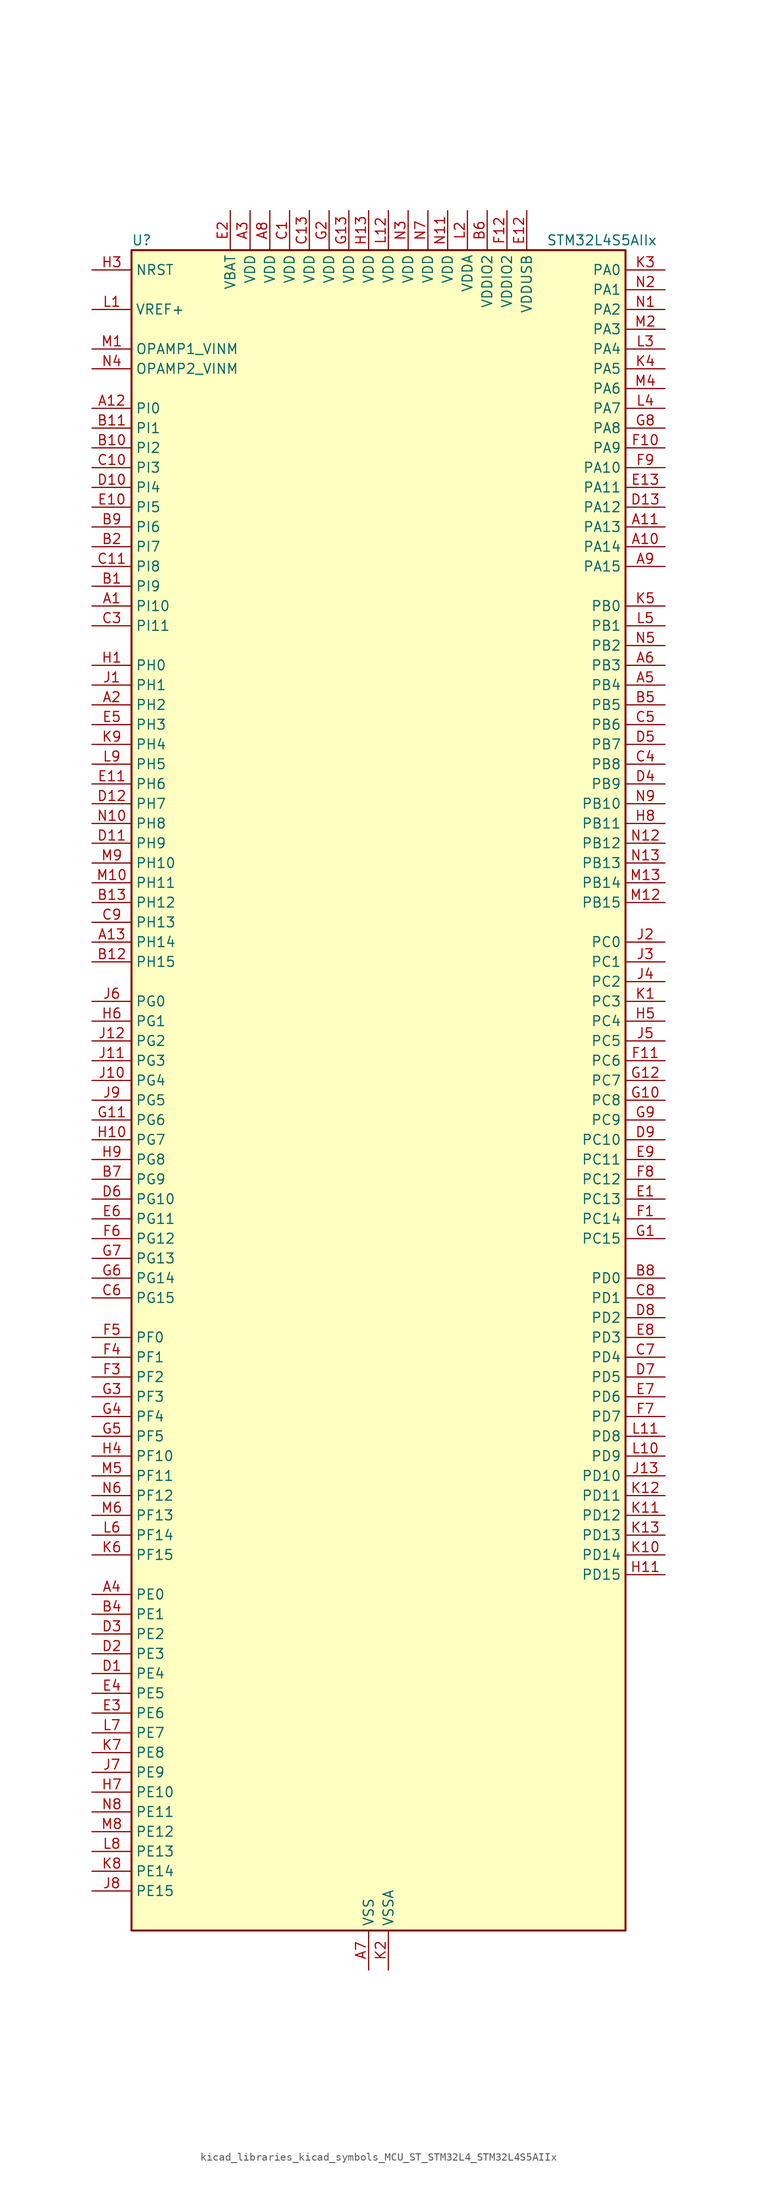
<source format=kicad_sym>
(kicad_symbol_lib
  (version 20220914)
  (generator kicad_symbol_editor)
  (symbol "kicad_libraries_kicad_symbols_MCU_ST_STM32L4_STM32L4S5AIIx"
    (property "Reference" "U"
      (at -30.48 110.49 0)
      (effects (font (size 1.27 1.27)) (justify left)))
    (property "Value" "STM32L4S5AIIx"
      (at 22.86 110.49 0)
      (effects (font (size 1.27 1.27)) (justify left)))
    (property "ki_locked" ""
      (at 0 0 0)
      (effects (font (size 1.27 1.27))))
    (symbol "kicad_libraries_kicad_symbols_MCU_ST_STM32L4_STM32L4S5AIIx_0_1"
      (rectangle (start -30.48 -106.68) (end 33.02 109.22) (stroke (width 0.254) (type default)) (fill (type background))))
    (symbol "kicad_libraries_kicad_symbols_MCU_ST_STM32L4_STM32L4S5AIIx_1_1"
      (pin bidirectional line (at -35.56 63.5 0) (length 5.08) (name "PI10" (effects (font (size 1.27 1.27)))) (number "A1" (effects (font (size 1.27 1.27)))) (alternate "OCTOSPIM_P2_IO1" bidirectional line))
      (pin bidirectional line (at 38.1 71.12 180) (length 5.08) (name "PA14" (effects (font (size 1.27 1.27)))) (number "A10" (effects (font (size 1.27 1.27)))) (alternate "I2C1_SMBA" bidirectional line) (alternate "I2C4_SMBA" bidirectional line) (alternate "LPTIM1_OUT" bidirectional line) (alternate "SAI1_FS_B" bidirectional line) (alternate "SYS_JTCK-SWCLK" bidirectional line) (alternate "USB_OTG_FS_SOF" bidirectional line))
      (pin bidirectional line (at 38.1 73.66 180) (length 5.08) (name "PA13" (effects (font (size 1.27 1.27)))) (number "A11" (effects (font (size 1.27 1.27)))) (alternate "IR_OUT" bidirectional line) (alternate "SAI1_SD_B" bidirectional line) (alternate "SYS_JTMS-SWDIO" bidirectional line) (alternate "USB_OTG_FS_NOE" bidirectional line))
      (pin bidirectional line (at -35.56 88.9 0) (length 5.08) (name "PI0" (effects (font (size 1.27 1.27)))) (number "A12" (effects (font (size 1.27 1.27)))) (alternate "DCMI_D13" bidirectional line) (alternate "OCTOSPIM_P1_IO5" bidirectional line) (alternate "SPI2_NSS" bidirectional line) (alternate "TIM5_CH4" bidirectional line))
      (pin bidirectional line (at -35.56 20.32 0) (length 5.08) (name "PH14" (effects (font (size 1.27 1.27)))) (number "A13" (effects (font (size 1.27 1.27)))) (alternate "DCMI_D4" bidirectional line) (alternate "TIM8_CH2N" bidirectional line))
      (pin bidirectional line (at -35.56 50.8 0) (length 5.08) (name "PH2" (effects (font (size 1.27 1.27)))) (number "A2" (effects (font (size 1.27 1.27)))) (alternate "OCTOSPIM_P1_IO4" bidirectional line))
      (pin power_in line (at -15.24 114.3 270) (length 5.08) (name "VDD" (effects (font (size 1.27 1.27)))) (number "A3" (effects (font (size 1.27 1.27)))))
      (pin bidirectional line (at -35.56 -63.5 0) (length 5.08) (name "PE0" (effects (font (size 1.27 1.27)))) (number "A4" (effects (font (size 1.27 1.27)))) (alternate "DCMI_D2" bidirectional line) (alternate "FMC_NBL0" bidirectional line) (alternate "TIM16_CH1" bidirectional line) (alternate "TIM4_ETR" bidirectional line))
      (pin bidirectional line (at 38.1 53.34 180) (length 5.08) (name "PB4" (effects (font (size 1.27 1.27)))) (number "A5" (effects (font (size 1.27 1.27)))) (alternate "COMP2_INP" bidirectional line) (alternate "DCMI_D12" bidirectional line) (alternate "I2C3_SDA" bidirectional line) (alternate "SAI1_MCLK_B" bidirectional line) (alternate "SPI1_MISO" bidirectional line) (alternate "SPI3_MISO" bidirectional line) (alternate "SYS_JTRST" bidirectional line) (alternate "TIM17_BKIN" bidirectional line) (alternate "TIM3_CH1" bidirectional line) (alternate "TSC_G2_IO1" bidirectional line) (alternate "UART5_DE" bidirectional line) (alternate "UART5_RTS" bidirectional line) (alternate "USART1_CTS" bidirectional line) (alternate "USART1_NSS" bidirectional line))
      (pin bidirectional line (at 38.1 55.88 180) (length 5.08) (name "PB3" (effects (font (size 1.27 1.27)))) (number "A6" (effects (font (size 1.27 1.27)))) (alternate "COMP2_INM" bidirectional line) (alternate "CRS_SYNC" bidirectional line) (alternate "SAI1_SCK_B" bidirectional line) (alternate "SPI1_SCK" bidirectional line) (alternate "SPI3_SCK" bidirectional line) (alternate "SYS_JTDO-SWO" bidirectional line) (alternate "TIM2_CH2" bidirectional line) (alternate "USART1_DE" bidirectional line) (alternate "USART1_RTS" bidirectional line))
      (pin power_in line (at 0 -111.76 90) (length 5.08) (name "VSS" (effects (font (size 1.27 1.27)))) (number "A7" (effects (font (size 1.27 1.27)))))
      (pin power_in line (at -12.7 114.3 270) (length 5.08) (name "VDD" (effects (font (size 1.27 1.27)))) (number "A8" (effects (font (size 1.27 1.27)))))
      (pin bidirectional line (at 38.1 68.58 180) (length 5.08) (name "PA15" (effects (font (size 1.27 1.27)))) (number "A9" (effects (font (size 1.27 1.27)))) (alternate "ADC1_EXTI15" bidirectional line) (alternate "SAI2_FS_B" bidirectional line) (alternate "SPI1_NSS" bidirectional line) (alternate "SPI3_NSS" bidirectional line) (alternate "SYS_JTDI" bidirectional line) (alternate "TIM2_CH1" bidirectional line) (alternate "TIM2_ETR" bidirectional line) (alternate "TSC_G3_IO1" bidirectional line) (alternate "UART4_DE" bidirectional line) (alternate "UART4_RTS" bidirectional line) (alternate "USART2_RX" bidirectional line) (alternate "USART3_DE" bidirectional line) (alternate "USART3_RTS" bidirectional line))
      (pin bidirectional line (at -35.56 66.04 0) (length 5.08) (name "PI9" (effects (font (size 1.27 1.27)))) (number "B1" (effects (font (size 1.27 1.27)))) (alternate "CAN1_RX" bidirectional line) (alternate "DAC1_EXTI9" bidirectional line) (alternate "OCTOSPIM_P2_IO2" bidirectional line))
      (pin bidirectional line (at -35.56 83.82 0) (length 5.08) (name "PI2" (effects (font (size 1.27 1.27)))) (number "B10" (effects (font (size 1.27 1.27)))) (alternate "DCMI_D9" bidirectional line) (alternate "SPI2_MISO" bidirectional line) (alternate "TIM8_CH4" bidirectional line))
      (pin bidirectional line (at -35.56 86.36 0) (length 5.08) (name "PI1" (effects (font (size 1.27 1.27)))) (number "B11" (effects (font (size 1.27 1.27)))) (alternate "DCMI_D8" bidirectional line) (alternate "SPI2_SCK" bidirectional line))
      (pin bidirectional line (at -35.56 17.78 0) (length 5.08) (name "PH15" (effects (font (size 1.27 1.27)))) (number "B12" (effects (font (size 1.27 1.27)))) (alternate "ADC1_EXTI15" bidirectional line) (alternate "DCMI_D11" bidirectional line) (alternate "OCTOSPIM_P2_IO6" bidirectional line) (alternate "TIM8_CH3N" bidirectional line))
      (pin bidirectional line (at -35.56 25.4 0) (length 5.08) (name "PH12" (effects (font (size 1.27 1.27)))) (number "B13" (effects (font (size 1.27 1.27)))) (alternate "DCMI_D3" bidirectional line) (alternate "OCTOSPIM_P2_IO7" bidirectional line) (alternate "TIM5_CH3" bidirectional line))
      (pin bidirectional line (at -35.56 71.12 0) (length 5.08) (name "PI7" (effects (font (size 1.27 1.27)))) (number "B2" (effects (font (size 1.27 1.27)))) (alternate "DCMI_D7" bidirectional line) (alternate "TIM8_CH3" bidirectional line))
      (pin passive line (at 0 -111.76 90) (length 5.08) hide (name "VSS" (effects (font (size 1.27 1.27)))) (number "B3" (effects (font (size 1.27 1.27)))))
      (pin bidirectional line (at -35.56 -66.04 0) (length 5.08) (name "PE1" (effects (font (size 1.27 1.27)))) (number "B4" (effects (font (size 1.27 1.27)))) (alternate "DCMI_D3" bidirectional line) (alternate "FMC_NBL1" bidirectional line) (alternate "TIM17_CH1" bidirectional line))
      (pin bidirectional line (at 38.1 50.8 180) (length 5.08) (name "PB5" (effects (font (size 1.27 1.27)))) (number "B5" (effects (font (size 1.27 1.27)))) (alternate "COMP2_OUT" bidirectional line) (alternate "DCMI_D10" bidirectional line) (alternate "I2C1_SMBA" bidirectional line) (alternate "LPTIM1_IN1" bidirectional line) (alternate "SAI1_SD_B" bidirectional line) (alternate "SPI1_MOSI" bidirectional line) (alternate "SPI3_MOSI" bidirectional line) (alternate "TIM16_BKIN" bidirectional line) (alternate "TIM3_CH2" bidirectional line) (alternate "TSC_G2_IO2" bidirectional line) (alternate "UART5_CTS" bidirectional line) (alternate "USART1_CK" bidirectional line))
      (pin power_in line (at 15.24 114.3 270) (length 5.08) (name "VDDIO2" (effects (font (size 1.27 1.27)))) (number "B6" (effects (font (size 1.27 1.27)))))
      (pin bidirectional line (at -35.56 -10.16 0) (length 5.08) (name "PG9" (effects (font (size 1.27 1.27)))) (number "B7" (effects (font (size 1.27 1.27)))) (alternate "DAC1_EXTI9" bidirectional line) (alternate "FMC_NCE" bidirectional line) (alternate "FMC_NE2" bidirectional line) (alternate "OCTOSPIM_P2_IO6" bidirectional line) (alternate "SAI2_SCK_A" bidirectional line) (alternate "SPI3_SCK" bidirectional line) (alternate "TIM15_CH1N" bidirectional line) (alternate "USART1_TX" bidirectional line))
      (pin bidirectional line (at 38.1 -22.86 180) (length 5.08) (name "PD0" (effects (font (size 1.27 1.27)))) (number "B8" (effects (font (size 1.27 1.27)))) (alternate "CAN1_RX" bidirectional line) (alternate "DFSDM1_DATIN7" bidirectional line) (alternate "FMC_D2" bidirectional line) (alternate "FMC_DA2" bidirectional line) (alternate "SPI2_NSS" bidirectional line))
      (pin bidirectional line (at -35.56 73.66 0) (length 5.08) (name "PI6" (effects (font (size 1.27 1.27)))) (number "B9" (effects (font (size 1.27 1.27)))) (alternate "DCMI_D6" bidirectional line) (alternate "OCTOSPIM_P2_CLK" bidirectional line) (alternate "TIM8_CH2" bidirectional line))
      (pin power_in line (at -10.16 114.3 270) (length 5.08) (name "VDD" (effects (font (size 1.27 1.27)))) (number "C1" (effects (font (size 1.27 1.27)))))
      (pin bidirectional line (at -35.56 81.28 0) (length 5.08) (name "PI3" (effects (font (size 1.27 1.27)))) (number "C10" (effects (font (size 1.27 1.27)))) (alternate "DCMI_D10" bidirectional line) (alternate "SPI2_MOSI" bidirectional line) (alternate "TIM8_ETR" bidirectional line))
      (pin bidirectional line (at -35.56 68.58 0) (length 5.08) (name "PI8" (effects (font (size 1.27 1.27)))) (number "C11" (effects (font (size 1.27 1.27)))) (alternate "DCMI_D12" bidirectional line) (alternate "OCTOSPIM_P2_NCS" bidirectional line))
      (pin passive line (at 0 -111.76 90) (length 5.08) hide (name "VSS" (effects (font (size 1.27 1.27)))) (number "C12" (effects (font (size 1.27 1.27)))))
      (pin power_in line (at -7.62 114.3 270) (length 5.08) (name "VDD" (effects (font (size 1.27 1.27)))) (number "C13" (effects (font (size 1.27 1.27)))))
      (pin passive line (at 0 -111.76 90) (length 5.08) hide (name "VSS" (effects (font (size 1.27 1.27)))) (number "C2" (effects (font (size 1.27 1.27)))))
      (pin bidirectional line (at -35.56 60.96 0) (length 5.08) (name "PI11" (effects (font (size 1.27 1.27)))) (number "C3" (effects (font (size 1.27 1.27)))) (alternate "ADC1_EXTI11" bidirectional line) (alternate "OCTOSPIM_P2_IO0" bidirectional line))
      (pin bidirectional line (at 38.1 43.18 180) (length 5.08) (name "PB8" (effects (font (size 1.27 1.27)))) (number "C4" (effects (font (size 1.27 1.27)))) (alternate "CAN1_RX" bidirectional line) (alternate "DCMI_D6" bidirectional line) (alternate "DFSDM1_CKOUT" bidirectional line) (alternate "DFSDM1_DATIN6" bidirectional line) (alternate "I2C1_SCL" bidirectional line) (alternate "SAI1_CK1" bidirectional line) (alternate "SAI1_MCLK_A" bidirectional line) (alternate "SDMMC1_CKIN" bidirectional line) (alternate "SDMMC1_D4" bidirectional line) (alternate "TIM16_CH1" bidirectional line) (alternate "TIM4_CH3" bidirectional line))
      (pin bidirectional line (at 38.1 48.26 180) (length 5.08) (name "PB6" (effects (font (size 1.27 1.27)))) (number "C5" (effects (font (size 1.27 1.27)))) (alternate "COMP2_INP" bidirectional line) (alternate "DCMI_D5" bidirectional line) (alternate "DFSDM1_DATIN5" bidirectional line) (alternate "I2C1_SCL" bidirectional line) (alternate "I2C4_SCL" bidirectional line) (alternate "LPTIM1_ETR" bidirectional line) (alternate "SAI1_FS_B" bidirectional line) (alternate "TIM16_CH1N" bidirectional line) (alternate "TIM4_CH1" bidirectional line) (alternate "TIM8_BKIN2" bidirectional line) (alternate "TSC_G2_IO3" bidirectional line) (alternate "USART1_TX" bidirectional line))
      (pin bidirectional line (at -35.56 -25.4 0) (length 5.08) (name "PG15" (effects (font (size 1.27 1.27)))) (number "C6" (effects (font (size 1.27 1.27)))) (alternate "ADC1_EXTI15" bidirectional line) (alternate "DCMI_D13" bidirectional line) (alternate "I2C1_SMBA" bidirectional line) (alternate "LPTIM1_OUT" bidirectional line) (alternate "OCTOSPIM_P2_DQS" bidirectional line))
      (pin bidirectional line (at 38.1 -33.02 180) (length 5.08) (name "PD4" (effects (font (size 1.27 1.27)))) (number "C7" (effects (font (size 1.27 1.27)))) (alternate "DFSDM1_CKIN0" bidirectional line) (alternate "FMC_NOE" bidirectional line) (alternate "OCTOSPIM_P1_IO4" bidirectional line) (alternate "SPI2_MOSI" bidirectional line) (alternate "USART2_DE" bidirectional line) (alternate "USART2_RTS" bidirectional line))
      (pin bidirectional line (at 38.1 -25.4 180) (length 5.08) (name "PD1" (effects (font (size 1.27 1.27)))) (number "C8" (effects (font (size 1.27 1.27)))) (alternate "CAN1_TX" bidirectional line) (alternate "DFSDM1_CKIN7" bidirectional line) (alternate "FMC_D3" bidirectional line) (alternate "FMC_DA3" bidirectional line) (alternate "SPI2_SCK" bidirectional line))
      (pin bidirectional line (at -35.56 22.86 0) (length 5.08) (name "PH13" (effects (font (size 1.27 1.27)))) (number "C9" (effects (font (size 1.27 1.27)))) (alternate "CAN1_TX" bidirectional line) (alternate "TIM8_CH1N" bidirectional line))
      (pin bidirectional line (at -35.56 -73.66 0) (length 5.08) (name "PE4" (effects (font (size 1.27 1.27)))) (number "D1" (effects (font (size 1.27 1.27)))) (alternate "DCMI_D4" bidirectional line) (alternate "DFSDM1_DATIN3" bidirectional line) (alternate "FMC_A20" bidirectional line) (alternate "SAI1_D2" bidirectional line) (alternate "SAI1_FS_A" bidirectional line) (alternate "SYS_TRACED1" bidirectional line) (alternate "TIM3_CH2" bidirectional line) (alternate "TSC_G7_IO3" bidirectional line))
      (pin bidirectional line (at -35.56 78.74 0) (length 5.08) (name "PI4" (effects (font (size 1.27 1.27)))) (number "D10" (effects (font (size 1.27 1.27)))) (alternate "DCMI_D5" bidirectional line) (alternate "TIM8_BKIN" bidirectional line))
      (pin bidirectional line (at -35.56 33.02 0) (length 5.08) (name "PH9" (effects (font (size 1.27 1.27)))) (number "D11" (effects (font (size 1.27 1.27)))) (alternate "DAC1_EXTI9" bidirectional line) (alternate "DCMI_D0" bidirectional line) (alternate "I2C3_SMBA" bidirectional line) (alternate "OCTOSPIM_P2_IO4" bidirectional line))
      (pin bidirectional line (at -35.56 38.1 0) (length 5.08) (name "PH7" (effects (font (size 1.27 1.27)))) (number "D12" (effects (font (size 1.27 1.27)))) (alternate "DCMI_D9" bidirectional line) (alternate "I2C3_SCL" bidirectional line))
      (pin bidirectional line (at 38.1 76.2 180) (length 5.08) (name "PA12" (effects (font (size 1.27 1.27)))) (number "D13" (effects (font (size 1.27 1.27)))) (alternate "CAN1_TX" bidirectional line) (alternate "SPI1_MOSI" bidirectional line) (alternate "TIM1_ETR" bidirectional line) (alternate "USART1_DE" bidirectional line) (alternate "USART1_RTS" bidirectional line) (alternate "USB_OTG_FS_DP" bidirectional line))
      (pin bidirectional line (at -35.56 -71.12 0) (length 5.08) (name "PE3" (effects (font (size 1.27 1.27)))) (number "D2" (effects (font (size 1.27 1.27)))) (alternate "FMC_A19" bidirectional line) (alternate "OCTOSPIM_P1_DQS" bidirectional line) (alternate "SAI1_SD_B" bidirectional line) (alternate "SYS_TRACED0" bidirectional line) (alternate "TIM3_CH1" bidirectional line) (alternate "TSC_G7_IO2" bidirectional line))
      (pin bidirectional line (at -35.56 -68.58 0) (length 5.08) (name "PE2" (effects (font (size 1.27 1.27)))) (number "D3" (effects (font (size 1.27 1.27)))) (alternate "FMC_A23" bidirectional line) (alternate "SAI1_CK1" bidirectional line) (alternate "SAI1_MCLK_A" bidirectional line) (alternate "SYS_TRACECLK" bidirectional line) (alternate "TIM3_ETR" bidirectional line) (alternate "TSC_G7_IO1" bidirectional line))
      (pin bidirectional line (at 38.1 40.64 180) (length 5.08) (name "PB9" (effects (font (size 1.27 1.27)))) (number "D4" (effects (font (size 1.27 1.27)))) (alternate "CAN1_TX" bidirectional line) (alternate "DAC1_EXTI9" bidirectional line) (alternate "DCMI_D7" bidirectional line) (alternate "DFSDM1_CKIN6" bidirectional line) (alternate "I2C1_SDA" bidirectional line) (alternate "IR_OUT" bidirectional line) (alternate "SAI1_D2" bidirectional line) (alternate "SAI1_FS_A" bidirectional line) (alternate "SDMMC1_CDIR" bidirectional line) (alternate "SDMMC1_D5" bidirectional line) (alternate "SPI2_NSS" bidirectional line) (alternate "TIM17_CH1" bidirectional line) (alternate "TIM4_CH4" bidirectional line))
      (pin bidirectional line (at 38.1 45.72 180) (length 5.08) (name "PB7" (effects (font (size 1.27 1.27)))) (number "D5" (effects (font (size 1.27 1.27)))) (alternate "COMP2_INM" bidirectional line) (alternate "DCMI_VSYNC" bidirectional line) (alternate "DFSDM1_CKIN5" bidirectional line) (alternate "FMC_NL" bidirectional line) (alternate "I2C1_SDA" bidirectional line) (alternate "I2C4_SDA" bidirectional line) (alternate "LPTIM1_IN2" bidirectional line) (alternate "SYS_PVD_IN" bidirectional line) (alternate "TIM17_CH1N" bidirectional line) (alternate "TIM4_CH2" bidirectional line) (alternate "TIM8_BKIN" bidirectional line) (alternate "TSC_G2_IO4" bidirectional line) (alternate "UART4_CTS" bidirectional line) (alternate "USART1_RX" bidirectional line))
      (pin bidirectional line (at -35.56 -12.7 0) (length 5.08) (name "PG10" (effects (font (size 1.27 1.27)))) (number "D6" (effects (font (size 1.27 1.27)))) (alternate "FMC_NE3" bidirectional line) (alternate "LPTIM1_IN1" bidirectional line) (alternate "OCTOSPIM_P2_IO7" bidirectional line) (alternate "SAI2_FS_A" bidirectional line) (alternate "SPI3_MISO" bidirectional line) (alternate "TIM15_CH1" bidirectional line) (alternate "USART1_RX" bidirectional line))
      (pin bidirectional line (at 38.1 -35.56 180) (length 5.08) (name "PD5" (effects (font (size 1.27 1.27)))) (number "D7" (effects (font (size 1.27 1.27)))) (alternate "FMC_NWE" bidirectional line) (alternate "OCTOSPIM_P1_IO5" bidirectional line) (alternate "USART2_TX" bidirectional line))
      (pin bidirectional line (at 38.1 -27.94 180) (length 5.08) (name "PD2" (effects (font (size 1.27 1.27)))) (number "D8" (effects (font (size 1.27 1.27)))) (alternate "DCMI_D11" bidirectional line) (alternate "SDMMC1_CMD" bidirectional line) (alternate "SYS_TRACED2" bidirectional line) (alternate "TIM3_ETR" bidirectional line) (alternate "TSC_SYNC" bidirectional line) (alternate "UART5_RX" bidirectional line) (alternate "USART3_DE" bidirectional line) (alternate "USART3_RTS" bidirectional line))
      (pin bidirectional line (at 38.1 -5.08 180) (length 5.08) (name "PC10" (effects (font (size 1.27 1.27)))) (number "D9" (effects (font (size 1.27 1.27)))) (alternate "DCMI_D8" bidirectional line) (alternate "SAI2_SCK_B" bidirectional line) (alternate "SDMMC1_D2" bidirectional line) (alternate "SPI3_SCK" bidirectional line) (alternate "SYS_TRACED1" bidirectional line) (alternate "TSC_G3_IO2" bidirectional line) (alternate "UART4_TX" bidirectional line) (alternate "USART3_TX" bidirectional line))
      (pin bidirectional line (at 38.1 -12.7 180) (length 5.08) (name "PC13" (effects (font (size 1.27 1.27)))) (number "E1" (effects (font (size 1.27 1.27)))) (alternate "RTC_OUT_ALARM" bidirectional line) (alternate "RTC_OUT_CALIB" bidirectional line) (alternate "RTC_TAMP1" bidirectional line) (alternate "RTC_TS" bidirectional line) (alternate "SYS_WKUP2" bidirectional line))
      (pin bidirectional line (at -35.56 76.2 0) (length 5.08) (name "PI5" (effects (font (size 1.27 1.27)))) (number "E10" (effects (font (size 1.27 1.27)))) (alternate "DCMI_VSYNC" bidirectional line) (alternate "OCTOSPIM_P2_NCS" bidirectional line) (alternate "TIM8_CH1" bidirectional line))
      (pin bidirectional line (at -35.56 40.64 0) (length 5.08) (name "PH6" (effects (font (size 1.27 1.27)))) (number "E11" (effects (font (size 1.27 1.27)))) (alternate "DCMI_D8" bidirectional line) (alternate "I2C2_SMBA" bidirectional line) (alternate "OCTOSPIM_P2_CLK" bidirectional line))
      (pin power_in line (at 20.32 114.3 270) (length 5.08) (name "VDDUSB" (effects (font (size 1.27 1.27)))) (number "E12" (effects (font (size 1.27 1.27)))))
      (pin bidirectional line (at 38.1 78.74 180) (length 5.08) (name "PA11" (effects (font (size 1.27 1.27)))) (number "E13" (effects (font (size 1.27 1.27)))) (alternate "ADC1_EXTI11" bidirectional line) (alternate "CAN1_RX" bidirectional line) (alternate "SPI1_MISO" bidirectional line) (alternate "TIM1_BKIN2" bidirectional line) (alternate "TIM1_CH4" bidirectional line) (alternate "USART1_CTS" bidirectional line) (alternate "USART1_NSS" bidirectional line) (alternate "USB_OTG_FS_DM" bidirectional line))
      (pin power_in line (at -17.78 114.3 270) (length 5.08) (name "VBAT" (effects (font (size 1.27 1.27)))) (number "E2" (effects (font (size 1.27 1.27)))))
      (pin bidirectional line (at -35.56 -78.74 0) (length 5.08) (name "PE6" (effects (font (size 1.27 1.27)))) (number "E3" (effects (font (size 1.27 1.27)))) (alternate "DCMI_D7" bidirectional line) (alternate "FMC_A22" bidirectional line) (alternate "RTC_TAMP3" bidirectional line) (alternate "SAI1_D1" bidirectional line) (alternate "SAI1_SD_A" bidirectional line) (alternate "SYS_TRACED3" bidirectional line) (alternate "SYS_WKUP3" bidirectional line) (alternate "TIM3_CH4" bidirectional line))
      (pin bidirectional line (at -35.56 -76.2 0) (length 5.08) (name "PE5" (effects (font (size 1.27 1.27)))) (number "E4" (effects (font (size 1.27 1.27)))) (alternate "DCMI_D6" bidirectional line) (alternate "DFSDM1_CKIN3" bidirectional line) (alternate "FMC_A21" bidirectional line) (alternate "SAI1_CK2" bidirectional line) (alternate "SAI1_SCK_A" bidirectional line) (alternate "SYS_TRACED2" bidirectional line) (alternate "TIM3_CH3" bidirectional line) (alternate "TSC_G7_IO4" bidirectional line))
      (pin bidirectional line (at -35.56 48.26 0) (length 5.08) (name "PH3" (effects (font (size 1.27 1.27)))) (number "E5" (effects (font (size 1.27 1.27)))))
      (pin bidirectional line (at -35.56 -15.24 0) (length 5.08) (name "PG11" (effects (font (size 1.27 1.27)))) (number "E6" (effects (font (size 1.27 1.27)))) (alternate "ADC1_EXTI11" bidirectional line) (alternate "LPTIM1_IN2" bidirectional line) (alternate "OCTOSPIM_P1_IO5" bidirectional line) (alternate "SAI2_MCLK_A" bidirectional line) (alternate "SPI3_MOSI" bidirectional line) (alternate "TIM15_CH2" bidirectional line) (alternate "USART1_CTS" bidirectional line) (alternate "USART1_NSS" bidirectional line))
      (pin bidirectional line (at 38.1 -38.1 180) (length 5.08) (name "PD6" (effects (font (size 1.27 1.27)))) (number "E7" (effects (font (size 1.27 1.27)))) (alternate "DCMI_D10" bidirectional line) (alternate "DFSDM1_DATIN1" bidirectional line) (alternate "FMC_NWAIT" bidirectional line) (alternate "OCTOSPIM_P1_IO6" bidirectional line) (alternate "SAI1_D1" bidirectional line) (alternate "SAI1_SD_A" bidirectional line) (alternate "SPI3_MOSI" bidirectional line) (alternate "USART2_RX" bidirectional line))
      (pin bidirectional line (at 38.1 -30.48 180) (length 5.08) (name "PD3" (effects (font (size 1.27 1.27)))) (number "E8" (effects (font (size 1.27 1.27)))) (alternate "DCMI_D5" bidirectional line) (alternate "DFSDM1_DATIN0" bidirectional line) (alternate "FMC_CLK" bidirectional line) (alternate "OCTOSPIM_P2_NCS" bidirectional line) (alternate "SPI2_MISO" bidirectional line) (alternate "SPI2_SCK" bidirectional line) (alternate "USART2_CTS" bidirectional line) (alternate "USART2_NSS" bidirectional line))
      (pin bidirectional line (at 38.1 -7.62 180) (length 5.08) (name "PC11" (effects (font (size 1.27 1.27)))) (number "E9" (effects (font (size 1.27 1.27)))) (alternate "ADC1_EXTI11" bidirectional line) (alternate "DCMI_D2" bidirectional line) (alternate "DCMI_D4" bidirectional line) (alternate "OCTOSPIM_P1_NCS" bidirectional line) (alternate "SAI2_MCLK_B" bidirectional line) (alternate "SDMMC1_D3" bidirectional line) (alternate "SPI3_MISO" bidirectional line) (alternate "TSC_G3_IO3" bidirectional line) (alternate "UART4_RX" bidirectional line) (alternate "USART3_RX" bidirectional line))
      (pin bidirectional line (at 38.1 -15.24 180) (length 5.08) (name "PC14" (effects (font (size 1.27 1.27)))) (number "F1" (effects (font (size 1.27 1.27)))) (alternate "RCC_OSC32_IN" bidirectional line))
      (pin bidirectional line (at 38.1 83.82 180) (length 5.08) (name "PA9" (effects (font (size 1.27 1.27)))) (number "F10" (effects (font (size 1.27 1.27)))) (alternate "DAC1_EXTI9" bidirectional line) (alternate "DCMI_D0" bidirectional line) (alternate "SAI1_FS_A" bidirectional line) (alternate "SPI2_SCK" bidirectional line) (alternate "TIM15_BKIN" bidirectional line) (alternate "TIM1_CH2" bidirectional line) (alternate "USART1_TX" bidirectional line) (alternate "USB_OTG_FS_VBUS" bidirectional line))
      (pin bidirectional line (at 38.1 5.08 180) (length 5.08) (name "PC6" (effects (font (size 1.27 1.27)))) (number "F11" (effects (font (size 1.27 1.27)))) (alternate "DCMI_D0" bidirectional line) (alternate "DFSDM1_CKIN3" bidirectional line) (alternate "SAI2_MCLK_A" bidirectional line) (alternate "SDMMC1_D0DIR" bidirectional line) (alternate "SDMMC1_D6" bidirectional line) (alternate "TIM3_CH1" bidirectional line) (alternate "TIM8_CH1" bidirectional line) (alternate "TSC_G4_IO1" bidirectional line))
      (pin power_in line (at 17.78 114.3 270) (length 5.08) (name "VDDIO2" (effects (font (size 1.27 1.27)))) (number "F12" (effects (font (size 1.27 1.27)))))
      (pin passive line (at 0 -111.76 90) (length 5.08) hide (name "VSS" (effects (font (size 1.27 1.27)))) (number "F13" (effects (font (size 1.27 1.27)))))
      (pin passive line (at 0 -111.76 90) (length 5.08) hide (name "VSS" (effects (font (size 1.27 1.27)))) (number "F2" (effects (font (size 1.27 1.27)))))
      (pin bidirectional line (at -35.56 -35.56 0) (length 5.08) (name "PF2" (effects (font (size 1.27 1.27)))) (number "F3" (effects (font (size 1.27 1.27)))) (alternate "FMC_A2" bidirectional line) (alternate "I2C2_SMBA" bidirectional line) (alternate "OCTOSPIM_P2_IO2" bidirectional line))
      (pin bidirectional line (at -35.56 -33.02 0) (length 5.08) (name "PF1" (effects (font (size 1.27 1.27)))) (number "F4" (effects (font (size 1.27 1.27)))) (alternate "FMC_A1" bidirectional line) (alternate "I2C2_SCL" bidirectional line) (alternate "OCTOSPIM_P2_IO1" bidirectional line))
      (pin bidirectional line (at -35.56 -30.48 0) (length 5.08) (name "PF0" (effects (font (size 1.27 1.27)))) (number "F5" (effects (font (size 1.27 1.27)))) (alternate "FMC_A0" bidirectional line) (alternate "I2C2_SDA" bidirectional line) (alternate "OCTOSPIM_P2_IO0" bidirectional line))
      (pin bidirectional line (at -35.56 -17.78 0) (length 5.08) (name "PG12" (effects (font (size 1.27 1.27)))) (number "F6" (effects (font (size 1.27 1.27)))) (alternate "FMC_NE4" bidirectional line) (alternate "LPTIM1_ETR" bidirectional line) (alternate "OCTOSPIM_P2_NCS" bidirectional line) (alternate "SAI2_SD_A" bidirectional line) (alternate "SPI3_NSS" bidirectional line) (alternate "USART1_DE" bidirectional line) (alternate "USART1_RTS" bidirectional line))
      (pin bidirectional line (at 38.1 -40.64 180) (length 5.08) (name "PD7" (effects (font (size 1.27 1.27)))) (number "F7" (effects (font (size 1.27 1.27)))) (alternate "DFSDM1_CKIN1" bidirectional line) (alternate "FMC_NCE" bidirectional line) (alternate "FMC_NE1" bidirectional line) (alternate "OCTOSPIM_P1_IO7" bidirectional line) (alternate "USART2_CK" bidirectional line))
      (pin bidirectional line (at 38.1 -10.16 180) (length 5.08) (name "PC12" (effects (font (size 1.27 1.27)))) (number "F8" (effects (font (size 1.27 1.27)))) (alternate "DCMI_D9" bidirectional line) (alternate "SAI2_SD_B" bidirectional line) (alternate "SDMMC1_CK" bidirectional line) (alternate "SPI3_MOSI" bidirectional line) (alternate "SYS_TRACED3" bidirectional line) (alternate "TSC_G3_IO4" bidirectional line) (alternate "UART5_TX" bidirectional line) (alternate "USART3_CK" bidirectional line))
      (pin bidirectional line (at 38.1 81.28 180) (length 5.08) (name "PA10" (effects (font (size 1.27 1.27)))) (number "F9" (effects (font (size 1.27 1.27)))) (alternate "DCMI_D1" bidirectional line) (alternate "SAI1_D1" bidirectional line) (alternate "SAI1_SD_A" bidirectional line) (alternate "TIM17_BKIN" bidirectional line) (alternate "TIM1_CH3" bidirectional line) (alternate "USART1_RX" bidirectional line) (alternate "USB_OTG_FS_ID" bidirectional line))
      (pin bidirectional line (at 38.1 -17.78 180) (length 5.08) (name "PC15" (effects (font (size 1.27 1.27)))) (number "G1" (effects (font (size 1.27 1.27)))) (alternate "ADC1_EXTI15" bidirectional line) (alternate "RCC_OSC32_OUT" bidirectional line))
      (pin bidirectional line (at 38.1 0 180) (length 5.08) (name "PC8" (effects (font (size 1.27 1.27)))) (number "G10" (effects (font (size 1.27 1.27)))) (alternate "DCMI_D2" bidirectional line) (alternate "SDMMC1_D0" bidirectional line) (alternate "TIM3_CH3" bidirectional line) (alternate "TIM8_CH3" bidirectional line) (alternate "TSC_G4_IO3" bidirectional line))
      (pin bidirectional line (at -35.56 -2.54 0) (length 5.08) (name "PG6" (effects (font (size 1.27 1.27)))) (number "G11" (effects (font (size 1.27 1.27)))) (alternate "I2C3_SMBA" bidirectional line) (alternate "LPUART1_DE" bidirectional line) (alternate "LPUART1_RTS" bidirectional line) (alternate "OCTOSPIM_P1_DQS" bidirectional line))
      (pin bidirectional line (at 38.1 2.54 180) (length 5.08) (name "PC7" (effects (font (size 1.27 1.27)))) (number "G12" (effects (font (size 1.27 1.27)))) (alternate "DCMI_D1" bidirectional line) (alternate "DFSDM1_DATIN3" bidirectional line) (alternate "SAI2_MCLK_B" bidirectional line) (alternate "SDMMC1_D123DIR" bidirectional line) (alternate "SDMMC1_D7" bidirectional line) (alternate "TIM3_CH2" bidirectional line) (alternate "TIM8_CH2" bidirectional line) (alternate "TSC_G4_IO2" bidirectional line))
      (pin power_in line (at -2.54 114.3 270) (length 5.08) (name "VDD" (effects (font (size 1.27 1.27)))) (number "G13" (effects (font (size 1.27 1.27)))))
      (pin power_in line (at -5.08 114.3 270) (length 5.08) (name "VDD" (effects (font (size 1.27 1.27)))) (number "G2" (effects (font (size 1.27 1.27)))))
      (pin bidirectional line (at -35.56 -38.1 0) (length 5.08) (name "PF3" (effects (font (size 1.27 1.27)))) (number "G3" (effects (font (size 1.27 1.27)))) (alternate "FMC_A3" bidirectional line) (alternate "OCTOSPIM_P2_IO3" bidirectional line))
      (pin bidirectional line (at -35.56 -40.64 0) (length 5.08) (name "PF4" (effects (font (size 1.27 1.27)))) (number "G4" (effects (font (size 1.27 1.27)))) (alternate "FMC_A4" bidirectional line) (alternate "OCTOSPIM_P2_CLK" bidirectional line))
      (pin bidirectional line (at -35.56 -43.18 0) (length 5.08) (name "PF5" (effects (font (size 1.27 1.27)))) (number "G5" (effects (font (size 1.27 1.27)))) (alternate "FMC_A5" bidirectional line))
      (pin bidirectional line (at -35.56 -22.86 0) (length 5.08) (name "PG14" (effects (font (size 1.27 1.27)))) (number "G6" (effects (font (size 1.27 1.27)))) (alternate "FMC_A25" bidirectional line) (alternate "I2C1_SCL" bidirectional line))
      (pin bidirectional line (at -35.56 -20.32 0) (length 5.08) (name "PG13" (effects (font (size 1.27 1.27)))) (number "G7" (effects (font (size 1.27 1.27)))) (alternate "FMC_A24" bidirectional line) (alternate "I2C1_SDA" bidirectional line) (alternate "USART1_CK" bidirectional line))
      (pin bidirectional line (at 38.1 86.36 180) (length 5.08) (name "PA8" (effects (font (size 1.27 1.27)))) (number "G8" (effects (font (size 1.27 1.27)))) (alternate "LPTIM2_OUT" bidirectional line) (alternate "RCC_MCO" bidirectional line) (alternate "SAI1_CK2" bidirectional line) (alternate "SAI1_SCK_A" bidirectional line) (alternate "TIM1_CH1" bidirectional line) (alternate "USART1_CK" bidirectional line) (alternate "USB_OTG_FS_SOF" bidirectional line))
      (pin bidirectional line (at 38.1 -2.54 180) (length 5.08) (name "PC9" (effects (font (size 1.27 1.27)))) (number "G9" (effects (font (size 1.27 1.27)))) (alternate "DAC1_EXTI9" bidirectional line) (alternate "DCMI_D3" bidirectional line) (alternate "I2C3_SDA" bidirectional line) (alternate "SAI2_EXTCLK" bidirectional line) (alternate "SDMMC1_D1" bidirectional line) (alternate "SYS_TRACED0" bidirectional line) (alternate "TIM3_CH4" bidirectional line) (alternate "TIM8_BKIN2" bidirectional line) (alternate "TIM8_CH4" bidirectional line) (alternate "TSC_G4_IO4" bidirectional line) (alternate "USB_OTG_FS_NOE" bidirectional line))
      (pin bidirectional line (at -35.56 55.88 0) (length 5.08) (name "PH0" (effects (font (size 1.27 1.27)))) (number "H1" (effects (font (size 1.27 1.27)))) (alternate "RCC_OSC_IN" bidirectional line))
      (pin bidirectional line (at -35.56 -5.08 0) (length 5.08) (name "PG7" (effects (font (size 1.27 1.27)))) (number "H10" (effects (font (size 1.27 1.27)))) (alternate "DFSDM1_CKOUT" bidirectional line) (alternate "FMC_INT" bidirectional line) (alternate "I2C3_SCL" bidirectional line) (alternate "LPUART1_TX" bidirectional line) (alternate "OCTOSPIM_P2_DQS" bidirectional line) (alternate "SAI1_CK1" bidirectional line) (alternate "SAI1_MCLK_A" bidirectional line))
      (pin bidirectional line (at 38.1 -60.96 180) (length 5.08) (name "PD15" (effects (font (size 1.27 1.27)))) (number "H11" (effects (font (size 1.27 1.27)))) (alternate "ADC1_EXTI15" bidirectional line) (alternate "FMC_D1" bidirectional line) (alternate "FMC_DA1" bidirectional line) (alternate "TIM4_CH4" bidirectional line))
      (pin passive line (at 0 -111.76 90) (length 5.08) hide (name "VSS" (effects (font (size 1.27 1.27)))) (number "H12" (effects (font (size 1.27 1.27)))))
      (pin power_in line (at 0 114.3 270) (length 5.08) (name "VDD" (effects (font (size 1.27 1.27)))) (number "H13" (effects (font (size 1.27 1.27)))))
      (pin passive line (at 0 -111.76 90) (length 5.08) hide (name "VSS" (effects (font (size 1.27 1.27)))) (number "H2" (effects (font (size 1.27 1.27)))))
      (pin input line (at -35.56 106.68 0) (length 5.08) (name "NRST" (effects (font (size 1.27 1.27)))) (number "H3" (effects (font (size 1.27 1.27)))))
      (pin bidirectional line (at -35.56 -45.72 0) (length 5.08) (name "PF10" (effects (font (size 1.27 1.27)))) (number "H4" (effects (font (size 1.27 1.27)))) (alternate "DCMI_D11" bidirectional line) (alternate "DFSDM1_CKOUT" bidirectional line) (alternate "OCTOSPIM_P1_CLK" bidirectional line) (alternate "SAI1_D3" bidirectional line) (alternate "TIM15_CH2" bidirectional line))
      (pin bidirectional line (at 38.1 10.16 180) (length 5.08) (name "PC4" (effects (font (size 1.27 1.27)))) (number "H5" (effects (font (size 1.27 1.27)))) (alternate "ADC1_IN13" bidirectional line) (alternate "COMP1_INM" bidirectional line) (alternate "OCTOSPIM_P1_IO7" bidirectional line) (alternate "USART3_TX" bidirectional line))
      (pin bidirectional line (at -35.56 10.16 0) (length 5.08) (name "PG1" (effects (font (size 1.27 1.27)))) (number "H6" (effects (font (size 1.27 1.27)))) (alternate "FMC_A11" bidirectional line) (alternate "OCTOSPIM_P2_IO5" bidirectional line) (alternate "TSC_G8_IO4" bidirectional line))
      (pin bidirectional line (at -35.56 -88.9 0) (length 5.08) (name "PE10" (effects (font (size 1.27 1.27)))) (number "H7" (effects (font (size 1.27 1.27)))) (alternate "DFSDM1_DATIN4" bidirectional line) (alternate "FMC_D7" bidirectional line) (alternate "FMC_DA7" bidirectional line) (alternate "OCTOSPIM_P1_CLK" bidirectional line) (alternate "SAI1_MCLK_B" bidirectional line) (alternate "TIM1_CH2N" bidirectional line) (alternate "TSC_G5_IO1" bidirectional line))
      (pin bidirectional line (at 38.1 35.56 180) (length 5.08) (name "PB11" (effects (font (size 1.27 1.27)))) (number "H8" (effects (font (size 1.27 1.27)))) (alternate "ADC1_EXTI11" bidirectional line) (alternate "COMP2_OUT" bidirectional line) (alternate "DFSDM1_CKIN7" bidirectional line) (alternate "I2C2_SDA" bidirectional line) (alternate "I2C4_SDA" bidirectional line) (alternate "LPUART1_TX" bidirectional line) (alternate "OCTOSPIM_P1_NCS" bidirectional line) (alternate "TIM2_CH4" bidirectional line) (alternate "USART3_RX" bidirectional line))
      (pin bidirectional line (at -35.56 -7.62 0) (length 5.08) (name "PG8" (effects (font (size 1.27 1.27)))) (number "H9" (effects (font (size 1.27 1.27)))) (alternate "I2C3_SDA" bidirectional line) (alternate "LPUART1_RX" bidirectional line))
      (pin bidirectional line (at -35.56 53.34 0) (length 5.08) (name "PH1" (effects (font (size 1.27 1.27)))) (number "J1" (effects (font (size 1.27 1.27)))) (alternate "RCC_OSC_OUT" bidirectional line))
      (pin bidirectional line (at -35.56 2.54 0) (length 5.08) (name "PG4" (effects (font (size 1.27 1.27)))) (number "J10" (effects (font (size 1.27 1.27)))) (alternate "FMC_A14" bidirectional line) (alternate "SAI2_MCLK_B" bidirectional line) (alternate "SPI1_MOSI" bidirectional line))
      (pin bidirectional line (at -35.56 5.08 0) (length 5.08) (name "PG3" (effects (font (size 1.27 1.27)))) (number "J11" (effects (font (size 1.27 1.27)))) (alternate "FMC_A13" bidirectional line) (alternate "SAI2_FS_B" bidirectional line) (alternate "SPI1_MISO" bidirectional line))
      (pin bidirectional line (at -35.56 7.62 0) (length 5.08) (name "PG2" (effects (font (size 1.27 1.27)))) (number "J12" (effects (font (size 1.27 1.27)))) (alternate "FMC_A12" bidirectional line) (alternate "SAI2_SCK_B" bidirectional line) (alternate "SPI1_SCK" bidirectional line))
      (pin bidirectional line (at 38.1 -48.26 180) (length 5.08) (name "PD10" (effects (font (size 1.27 1.27)))) (number "J13" (effects (font (size 1.27 1.27)))) (alternate "FMC_D15" bidirectional line) (alternate "FMC_DA15" bidirectional line) (alternate "SAI2_SCK_A" bidirectional line) (alternate "TSC_G6_IO1" bidirectional line) (alternate "USART3_CK" bidirectional line))
      (pin bidirectional line (at 38.1 20.32 180) (length 5.08) (name "PC0" (effects (font (size 1.27 1.27)))) (number "J2" (effects (font (size 1.27 1.27)))) (alternate "ADC1_IN1" bidirectional line) (alternate "DFSDM1_DATIN4" bidirectional line) (alternate "I2C3_SCL" bidirectional line) (alternate "LPTIM1_IN1" bidirectional line) (alternate "LPTIM2_IN1" bidirectional line) (alternate "LPUART1_RX" bidirectional line) (alternate "SAI2_FS_A" bidirectional line))
      (pin bidirectional line (at 38.1 17.78 180) (length 5.08) (name "PC1" (effects (font (size 1.27 1.27)))) (number "J3" (effects (font (size 1.27 1.27)))) (alternate "ADC1_IN2" bidirectional line) (alternate "DFSDM1_CKIN4" bidirectional line) (alternate "I2C3_SDA" bidirectional line) (alternate "LPTIM1_OUT" bidirectional line) (alternate "LPUART1_TX" bidirectional line) (alternate "OCTOSPIM_P1_IO4" bidirectional line) (alternate "SAI1_SD_A" bidirectional line) (alternate "SPI2_MOSI" bidirectional line) (alternate "SYS_TRACED0" bidirectional line))
      (pin bidirectional line (at 38.1 15.24 180) (length 5.08) (name "PC2" (effects (font (size 1.27 1.27)))) (number "J4" (effects (font (size 1.27 1.27)))) (alternate "ADC1_IN3" bidirectional line) (alternate "DFSDM1_CKOUT" bidirectional line) (alternate "LPTIM1_IN2" bidirectional line) (alternate "OCTOSPIM_P1_IO5" bidirectional line) (alternate "SPI2_MISO" bidirectional line))
      (pin bidirectional line (at 38.1 7.62 180) (length 5.08) (name "PC5" (effects (font (size 1.27 1.27)))) (number "J5" (effects (font (size 1.27 1.27)))) (alternate "ADC1_IN14" bidirectional line) (alternate "COMP1_INP" bidirectional line) (alternate "SAI1_D3" bidirectional line) (alternate "SYS_WKUP5" bidirectional line) (alternate "USART3_RX" bidirectional line))
      (pin bidirectional line (at -35.56 12.7 0) (length 5.08) (name "PG0" (effects (font (size 1.27 1.27)))) (number "J6" (effects (font (size 1.27 1.27)))) (alternate "FMC_A10" bidirectional line) (alternate "OCTOSPIM_P2_IO4" bidirectional line) (alternate "TSC_G8_IO3" bidirectional line))
      (pin bidirectional line (at -35.56 -86.36 0) (length 5.08) (name "PE9" (effects (font (size 1.27 1.27)))) (number "J7" (effects (font (size 1.27 1.27)))) (alternate "DAC1_EXTI9" bidirectional line) (alternate "DFSDM1_CKOUT" bidirectional line) (alternate "FMC_D6" bidirectional line) (alternate "FMC_DA6" bidirectional line) (alternate "SAI1_FS_B" bidirectional line) (alternate "TIM1_CH1" bidirectional line))
      (pin bidirectional line (at -35.56 -101.6 0) (length 5.08) (name "PE15" (effects (font (size 1.27 1.27)))) (number "J8" (effects (font (size 1.27 1.27)))) (alternate "ADC1_EXTI15" bidirectional line) (alternate "FMC_D12" bidirectional line) (alternate "FMC_DA12" bidirectional line) (alternate "OCTOSPIM_P1_IO3" bidirectional line) (alternate "SPI1_MOSI" bidirectional line) (alternate "TIM1_BKIN" bidirectional line))
      (pin bidirectional line (at -35.56 0 0) (length 5.08) (name "PG5" (effects (font (size 1.27 1.27)))) (number "J9" (effects (font (size 1.27 1.27)))) (alternate "FMC_A15" bidirectional line) (alternate "LPUART1_CTS" bidirectional line) (alternate "SAI2_SD_B" bidirectional line) (alternate "SPI1_NSS" bidirectional line))
      (pin bidirectional line (at 38.1 12.7 180) (length 5.08) (name "PC3" (effects (font (size 1.27 1.27)))) (number "K1" (effects (font (size 1.27 1.27)))) (alternate "ADC1_IN4" bidirectional line) (alternate "LPTIM1_ETR" bidirectional line) (alternate "LPTIM2_ETR" bidirectional line) (alternate "OCTOSPIM_P1_IO6" bidirectional line) (alternate "SAI1_D1" bidirectional line) (alternate "SAI1_SD_A" bidirectional line) (alternate "SPI2_MOSI" bidirectional line))
      (pin bidirectional line (at 38.1 -58.42 180) (length 5.08) (name "PD14" (effects (font (size 1.27 1.27)))) (number "K10" (effects (font (size 1.27 1.27)))) (alternate "FMC_D0" bidirectional line) (alternate "FMC_DA0" bidirectional line) (alternate "TIM4_CH3" bidirectional line))
      (pin bidirectional line (at 38.1 -53.34 180) (length 5.08) (name "PD12" (effects (font (size 1.27 1.27)))) (number "K11" (effects (font (size 1.27 1.27)))) (alternate "FMC_A17" bidirectional line) (alternate "FMC_ALE" bidirectional line) (alternate "I2C4_SCL" bidirectional line) (alternate "LPTIM2_IN1" bidirectional line) (alternate "SAI2_FS_A" bidirectional line) (alternate "TIM4_CH1" bidirectional line) (alternate "TSC_G6_IO3" bidirectional line) (alternate "USART3_DE" bidirectional line) (alternate "USART3_RTS" bidirectional line))
      (pin bidirectional line (at 38.1 -50.8 180) (length 5.08) (name "PD11" (effects (font (size 1.27 1.27)))) (number "K12" (effects (font (size 1.27 1.27)))) (alternate "ADC1_EXTI11" bidirectional line) (alternate "FMC_A16" bidirectional line) (alternate "FMC_CLE" bidirectional line) (alternate "I2C4_SMBA" bidirectional line) (alternate "LPTIM2_ETR" bidirectional line) (alternate "SAI2_SD_A" bidirectional line) (alternate "TSC_G6_IO2" bidirectional line) (alternate "USART3_CTS" bidirectional line) (alternate "USART3_NSS" bidirectional line))
      (pin bidirectional line (at 38.1 -55.88 180) (length 5.08) (name "PD13" (effects (font (size 1.27 1.27)))) (number "K13" (effects (font (size 1.27 1.27)))) (alternate "FMC_A18" bidirectional line) (alternate "I2C4_SDA" bidirectional line) (alternate "LPTIM2_OUT" bidirectional line) (alternate "TIM4_CH2" bidirectional line) (alternate "TSC_G6_IO4" bidirectional line))
      (pin power_in line (at 2.54 -111.76 90) (length 5.08) (name "VSSA" (effects (font (size 1.27 1.27)))) (number "K2" (effects (font (size 1.27 1.27)))))
      (pin bidirectional line (at 38.1 106.68 180) (length 5.08) (name "PA0" (effects (font (size 1.27 1.27)))) (number "K3" (effects (font (size 1.27 1.27)))) (alternate "ADC1_IN5" bidirectional line) (alternate "OPAMP1_VINP" bidirectional line) (alternate "RTC_TAMP2" bidirectional line) (alternate "SAI1_EXTCLK" bidirectional line) (alternate "SYS_WKUP1" bidirectional line) (alternate "TIM2_CH1" bidirectional line) (alternate "TIM2_ETR" bidirectional line) (alternate "TIM5_CH1" bidirectional line) (alternate "TIM8_ETR" bidirectional line) (alternate "UART4_TX" bidirectional line) (alternate "USART2_CTS" bidirectional line) (alternate "USART2_NSS" bidirectional line))
      (pin bidirectional line (at 38.1 93.98 180) (length 5.08) (name "PA5" (effects (font (size 1.27 1.27)))) (number "K4" (effects (font (size 1.27 1.27)))) (alternate "ADC1_IN10" bidirectional line) (alternate "DAC1_OUT2" bidirectional line) (alternate "LPTIM2_ETR" bidirectional line) (alternate "SPI1_SCK" bidirectional line) (alternate "TIM2_CH1" bidirectional line) (alternate "TIM2_ETR" bidirectional line) (alternate "TIM8_CH1N" bidirectional line))
      (pin bidirectional line (at 38.1 63.5 180) (length 5.08) (name "PB0" (effects (font (size 1.27 1.27)))) (number "K5" (effects (font (size 1.27 1.27)))) (alternate "ADC1_IN15" bidirectional line) (alternate "COMP1_OUT" bidirectional line) (alternate "OCTOSPIM_P1_IO1" bidirectional line) (alternate "OPAMP2_VOUT" bidirectional line) (alternate "SAI1_EXTCLK" bidirectional line) (alternate "SPI1_NSS" bidirectional line) (alternate "TIM1_CH2N" bidirectional line) (alternate "TIM3_CH3" bidirectional line) (alternate "TIM8_CH2N" bidirectional line) (alternate "USART3_CK" bidirectional line))
      (pin bidirectional line (at -35.56 -58.42 0) (length 5.08) (name "PF15" (effects (font (size 1.27 1.27)))) (number "K6" (effects (font (size 1.27 1.27)))) (alternate "ADC1_EXTI15" bidirectional line) (alternate "FMC_A9" bidirectional line) (alternate "I2C4_SDA" bidirectional line) (alternate "TSC_G8_IO2" bidirectional line))
      (pin bidirectional line (at -35.56 -83.82 0) (length 5.08) (name "PE8" (effects (font (size 1.27 1.27)))) (number "K7" (effects (font (size 1.27 1.27)))) (alternate "DFSDM1_CKIN2" bidirectional line) (alternate "FMC_D5" bidirectional line) (alternate "FMC_DA5" bidirectional line) (alternate "SAI1_SCK_B" bidirectional line) (alternate "TIM1_CH1N" bidirectional line))
      (pin bidirectional line (at -35.56 -99.06 0) (length 5.08) (name "PE14" (effects (font (size 1.27 1.27)))) (number "K8" (effects (font (size 1.27 1.27)))) (alternate "FMC_D11" bidirectional line) (alternate "FMC_DA11" bidirectional line) (alternate "OCTOSPIM_P1_IO2" bidirectional line) (alternate "SPI1_MISO" bidirectional line) (alternate "TIM1_BKIN2" bidirectional line) (alternate "TIM1_CH4" bidirectional line))
      (pin bidirectional line (at -35.56 45.72 0) (length 5.08) (name "PH4" (effects (font (size 1.27 1.27)))) (number "K9" (effects (font (size 1.27 1.27)))) (alternate "I2C2_SCL" bidirectional line) (alternate "OCTOSPIM_P2_DQS" bidirectional line))
      (pin input line (at -35.56 101.6 0) (length 5.08) (name "VREF+" (effects (font (size 1.27 1.27)))) (number "L1" (effects (font (size 1.27 1.27)))) (alternate "VREFBUF_OUT" bidirectional line))
      (pin bidirectional line (at 38.1 -45.72 180) (length 5.08) (name "PD9" (effects (font (size 1.27 1.27)))) (number "L10" (effects (font (size 1.27 1.27)))) (alternate "DAC1_EXTI9" bidirectional line) (alternate "DCMI_PIXCLK" bidirectional line) (alternate "FMC_D14" bidirectional line) (alternate "FMC_DA14" bidirectional line) (alternate "SAI2_MCLK_A" bidirectional line) (alternate "USART3_RX" bidirectional line))
      (pin bidirectional line (at 38.1 -43.18 180) (length 5.08) (name "PD8" (effects (font (size 1.27 1.27)))) (number "L11" (effects (font (size 1.27 1.27)))) (alternate "DCMI_HSYNC" bidirectional line) (alternate "FMC_D13" bidirectional line) (alternate "FMC_DA13" bidirectional line) (alternate "USART3_TX" bidirectional line))
      (pin power_in line (at 2.54 114.3 270) (length 5.08) (name "VDD" (effects (font (size 1.27 1.27)))) (number "L12" (effects (font (size 1.27 1.27)))))
      (pin passive line (at 0 -111.76 90) (length 5.08) hide (name "VSS" (effects (font (size 1.27 1.27)))) (number "L13" (effects (font (size 1.27 1.27)))))
      (pin power_in line (at 12.7 114.3 270) (length 5.08) (name "VDDA" (effects (font (size 1.27 1.27)))) (number "L2" (effects (font (size 1.27 1.27)))))
      (pin bidirectional line (at 38.1 96.52 180) (length 5.08) (name "PA4" (effects (font (size 1.27 1.27)))) (number "L3" (effects (font (size 1.27 1.27)))) (alternate "ADC1_IN9" bidirectional line) (alternate "DAC1_OUT1" bidirectional line) (alternate "DCMI_HSYNC" bidirectional line) (alternate "LPTIM2_OUT" bidirectional line) (alternate "OCTOSPIM_P1_NCS" bidirectional line) (alternate "SAI1_FS_B" bidirectional line) (alternate "SPI1_NSS" bidirectional line) (alternate "SPI3_NSS" bidirectional line) (alternate "USART2_CK" bidirectional line))
      (pin bidirectional line (at 38.1 88.9 180) (length 5.08) (name "PA7" (effects (font (size 1.27 1.27)))) (number "L4" (effects (font (size 1.27 1.27)))) (alternate "ADC1_IN12" bidirectional line) (alternate "I2C3_SCL" bidirectional line) (alternate "OCTOSPIM_P1_IO2" bidirectional line) (alternate "OPAMP2_VINM" bidirectional line) (alternate "SPI1_MOSI" bidirectional line) (alternate "TIM17_CH1" bidirectional line) (alternate "TIM1_CH1N" bidirectional line) (alternate "TIM3_CH2" bidirectional line) (alternate "TIM8_CH1N" bidirectional line))
      (pin bidirectional line (at 38.1 60.96 180) (length 5.08) (name "PB1" (effects (font (size 1.27 1.27)))) (number "L5" (effects (font (size 1.27 1.27)))) (alternate "ADC1_IN16" bidirectional line) (alternate "COMP1_INM" bidirectional line) (alternate "DFSDM1_DATIN0" bidirectional line) (alternate "LPTIM2_IN1" bidirectional line) (alternate "LPUART1_DE" bidirectional line) (alternate "LPUART1_RTS" bidirectional line) (alternate "OCTOSPIM_P1_IO0" bidirectional line) (alternate "TIM1_CH3N" bidirectional line) (alternate "TIM3_CH4" bidirectional line) (alternate "TIM8_CH3N" bidirectional line) (alternate "USART3_DE" bidirectional line) (alternate "USART3_RTS" bidirectional line))
      (pin bidirectional line (at -35.56 -55.88 0) (length 5.08) (name "PF14" (effects (font (size 1.27 1.27)))) (number "L6" (effects (font (size 1.27 1.27)))) (alternate "DFSDM1_CKIN6" bidirectional line) (alternate "FMC_A8" bidirectional line) (alternate "I2C4_SCL" bidirectional line) (alternate "TSC_G8_IO1" bidirectional line))
      (pin bidirectional line (at -35.56 -81.28 0) (length 5.08) (name "PE7" (effects (font (size 1.27 1.27)))) (number "L7" (effects (font (size 1.27 1.27)))) (alternate "DFSDM1_DATIN2" bidirectional line) (alternate "FMC_D4" bidirectional line) (alternate "FMC_DA4" bidirectional line) (alternate "SAI1_SD_B" bidirectional line) (alternate "TIM1_ETR" bidirectional line))
      (pin bidirectional line (at -35.56 -96.52 0) (length 5.08) (name "PE13" (effects (font (size 1.27 1.27)))) (number "L8" (effects (font (size 1.27 1.27)))) (alternate "DFSDM1_CKIN5" bidirectional line) (alternate "FMC_D10" bidirectional line) (alternate "FMC_DA10" bidirectional line) (alternate "OCTOSPIM_P1_IO1" bidirectional line) (alternate "SPI1_SCK" bidirectional line) (alternate "TIM1_CH3" bidirectional line) (alternate "TSC_G5_IO4" bidirectional line))
      (pin bidirectional line (at -35.56 43.18 0) (length 5.08) (name "PH5" (effects (font (size 1.27 1.27)))) (number "L9" (effects (font (size 1.27 1.27)))) (alternate "DCMI_PIXCLK" bidirectional line) (alternate "I2C2_SDA" bidirectional line))
      (pin bidirectional line (at -35.56 96.52 0) (length 5.08) (name "OPAMP1_VINM" (effects (font (size 1.27 1.27)))) (number "M1" (effects (font (size 1.27 1.27)))) (alternate "OPAMP1_VINM" bidirectional line))
      (pin bidirectional line (at -35.56 27.94 0) (length 5.08) (name "PH11" (effects (font (size 1.27 1.27)))) (number "M10" (effects (font (size 1.27 1.27)))) (alternate "ADC1_EXTI11" bidirectional line) (alternate "DCMI_D2" bidirectional line) (alternate "OCTOSPIM_P2_IO6" bidirectional line) (alternate "TIM5_CH2" bidirectional line))
      (pin passive line (at 0 -111.76 90) (length 5.08) hide (name "VSS" (effects (font (size 1.27 1.27)))) (number "M11" (effects (font (size 1.27 1.27)))))
      (pin bidirectional line (at 38.1 25.4 180) (length 5.08) (name "PB15" (effects (font (size 1.27 1.27)))) (number "M12" (effects (font (size 1.27 1.27)))) (alternate "ADC1_EXTI15" bidirectional line) (alternate "DFSDM1_CKIN2" bidirectional line) (alternate "RTC_REFIN" bidirectional line) (alternate "SAI2_SD_A" bidirectional line) (alternate "SPI2_MOSI" bidirectional line) (alternate "TIM15_CH2" bidirectional line) (alternate "TIM1_CH3N" bidirectional line) (alternate "TIM8_CH3N" bidirectional line) (alternate "TSC_G1_IO4" bidirectional line))
      (pin bidirectional line (at 38.1 27.94 180) (length 5.08) (name "PB14" (effects (font (size 1.27 1.27)))) (number "M13" (effects (font (size 1.27 1.27)))) (alternate "DFSDM1_DATIN2" bidirectional line) (alternate "I2C2_SDA" bidirectional line) (alternate "SAI2_MCLK_A" bidirectional line) (alternate "SPI2_MISO" bidirectional line) (alternate "TIM15_CH1" bidirectional line) (alternate "TIM1_CH2N" bidirectional line) (alternate "TIM8_CH2N" bidirectional line) (alternate "TSC_G1_IO3" bidirectional line) (alternate "USART3_DE" bidirectional line) (alternate "USART3_RTS" bidirectional line))
      (pin bidirectional line (at 38.1 99.06 180) (length 5.08) (name "PA3" (effects (font (size 1.27 1.27)))) (number "M2" (effects (font (size 1.27 1.27)))) (alternate "ADC1_IN8" bidirectional line) (alternate "LPUART1_RX" bidirectional line) (alternate "OCTOSPIM_P1_CLK" bidirectional line) (alternate "OPAMP1_VOUT" bidirectional line) (alternate "SAI1_CK1" bidirectional line) (alternate "SAI1_MCLK_A" bidirectional line) (alternate "TIM15_CH2" bidirectional line) (alternate "TIM2_CH4" bidirectional line) (alternate "TIM5_CH4" bidirectional line) (alternate "USART2_RX" bidirectional line))
      (pin passive line (at 0 -111.76 90) (length 5.08) hide (name "VSS" (effects (font (size 1.27 1.27)))) (number "M3" (effects (font (size 1.27 1.27)))))
      (pin bidirectional line (at 38.1 91.44 180) (length 5.08) (name "PA6" (effects (font (size 1.27 1.27)))) (number "M4" (effects (font (size 1.27 1.27)))) (alternate "ADC1_IN11" bidirectional line) (alternate "DCMI_PIXCLK" bidirectional line) (alternate "LPUART1_CTS" bidirectional line) (alternate "OCTOSPIM_P1_IO3" bidirectional line) (alternate "OPAMP2_VINP" bidirectional line) (alternate "SPI1_MISO" bidirectional line) (alternate "TIM16_CH1" bidirectional line) (alternate "TIM1_BKIN" bidirectional line) (alternate "TIM3_CH1" bidirectional line) (alternate "TIM8_BKIN" bidirectional line) (alternate "USART3_CTS" bidirectional line) (alternate "USART3_NSS" bidirectional line))
      (pin bidirectional line (at -35.56 -48.26 0) (length 5.08) (name "PF11" (effects (font (size 1.27 1.27)))) (number "M5" (effects (font (size 1.27 1.27)))) (alternate "ADC1_EXTI11" bidirectional line) (alternate "DCMI_D12" bidirectional line))
      (pin bidirectional line (at -35.56 -53.34 0) (length 5.08) (name "PF13" (effects (font (size 1.27 1.27)))) (number "M6" (effects (font (size 1.27 1.27)))) (alternate "DFSDM1_DATIN6" bidirectional line) (alternate "FMC_A7" bidirectional line) (alternate "I2C4_SMBA" bidirectional line))
      (pin passive line (at 0 -111.76 90) (length 5.08) hide (name "VSS" (effects (font (size 1.27 1.27)))) (number "M7" (effects (font (size 1.27 1.27)))))
      (pin bidirectional line (at -35.56 -93.98 0) (length 5.08) (name "PE12" (effects (font (size 1.27 1.27)))) (number "M8" (effects (font (size 1.27 1.27)))) (alternate "DFSDM1_DATIN5" bidirectional line) (alternate "FMC_D9" bidirectional line) (alternate "FMC_DA9" bidirectional line) (alternate "OCTOSPIM_P1_IO0" bidirectional line) (alternate "SPI1_NSS" bidirectional line) (alternate "TIM1_CH3N" bidirectional line) (alternate "TSC_G5_IO3" bidirectional line))
      (pin bidirectional line (at -35.56 30.48 0) (length 5.08) (name "PH10" (effects (font (size 1.27 1.27)))) (number "M9" (effects (font (size 1.27 1.27)))) (alternate "DCMI_D1" bidirectional line) (alternate "OCTOSPIM_P2_IO5" bidirectional line) (alternate "TIM5_CH1" bidirectional line))
      (pin bidirectional line (at 38.1 101.6 180) (length 5.08) (name "PA2" (effects (font (size 1.27 1.27)))) (number "N1" (effects (font (size 1.27 1.27)))) (alternate "ADC1_IN7" bidirectional line) (alternate "LPUART1_TX" bidirectional line) (alternate "OCTOSPIM_P1_NCS" bidirectional line) (alternate "RCC_LSCO" bidirectional line) (alternate "SAI2_EXTCLK" bidirectional line) (alternate "SYS_WKUP4" bidirectional line) (alternate "TIM15_CH1" bidirectional line) (alternate "TIM2_CH3" bidirectional line) (alternate "TIM5_CH3" bidirectional line) (alternate "USART2_TX" bidirectional line))
      (pin bidirectional line (at -35.56 35.56 0) (length 5.08) (name "PH8" (effects (font (size 1.27 1.27)))) (number "N10" (effects (font (size 1.27 1.27)))) (alternate "DCMI_HSYNC" bidirectional line) (alternate "I2C3_SDA" bidirectional line) (alternate "OCTOSPIM_P2_IO3" bidirectional line))
      (pin power_in line (at 10.16 114.3 270) (length 5.08) (name "VDD" (effects (font (size 1.27 1.27)))) (number "N11" (effects (font (size 1.27 1.27)))))
      (pin bidirectional line (at 38.1 33.02 180) (length 5.08) (name "PB12" (effects (font (size 1.27 1.27)))) (number "N12" (effects (font (size 1.27 1.27)))) (alternate "DFSDM1_DATIN1" bidirectional line) (alternate "I2C2_SMBA" bidirectional line) (alternate "LPUART1_DE" bidirectional line) (alternate "LPUART1_RTS" bidirectional line) (alternate "SAI2_FS_A" bidirectional line) (alternate "SPI2_NSS" bidirectional line) (alternate "TIM15_BKIN" bidirectional line) (alternate "TIM1_BKIN" bidirectional line) (alternate "TSC_G1_IO1" bidirectional line) (alternate "USART3_CK" bidirectional line))
      (pin bidirectional line (at 38.1 30.48 180) (length 5.08) (name "PB13" (effects (font (size 1.27 1.27)))) (number "N13" (effects (font (size 1.27 1.27)))) (alternate "DFSDM1_CKIN1" bidirectional line) (alternate "I2C2_SCL" bidirectional line) (alternate "LPUART1_CTS" bidirectional line) (alternate "SAI2_SCK_A" bidirectional line) (alternate "SPI2_SCK" bidirectional line) (alternate "TIM15_CH1N" bidirectional line) (alternate "TIM1_CH1N" bidirectional line) (alternate "TSC_G1_IO2" bidirectional line) (alternate "USART3_CTS" bidirectional line) (alternate "USART3_NSS" bidirectional line))
      (pin bidirectional line (at 38.1 104.14 180) (length 5.08) (name "PA1" (effects (font (size 1.27 1.27)))) (number "N2" (effects (font (size 1.27 1.27)))) (alternate "ADC1_IN6" bidirectional line) (alternate "I2C1_SMBA" bidirectional line) (alternate "OCTOSPIM_P1_DQS" bidirectional line) (alternate "OPAMP1_VINM" bidirectional line) (alternate "SPI1_SCK" bidirectional line) (alternate "TIM15_CH1N" bidirectional line) (alternate "TIM2_CH2" bidirectional line) (alternate "TIM5_CH2" bidirectional line) (alternate "UART4_RX" bidirectional line) (alternate "USART2_DE" bidirectional line) (alternate "USART2_RTS" bidirectional line))
      (pin power_in line (at 5.08 114.3 270) (length 5.08) (name "VDD" (effects (font (size 1.27 1.27)))) (number "N3" (effects (font (size 1.27 1.27)))))
      (pin bidirectional line (at -35.56 93.98 0) (length 5.08) (name "OPAMP2_VINM" (effects (font (size 1.27 1.27)))) (number "N4" (effects (font (size 1.27 1.27)))) (alternate "OPAMP2_VINM" bidirectional line))
      (pin bidirectional line (at 38.1 58.42 180) (length 5.08) (name "PB2" (effects (font (size 1.27 1.27)))) (number "N5" (effects (font (size 1.27 1.27)))) (alternate "COMP1_INP" bidirectional line) (alternate "DFSDM1_CKIN0" bidirectional line) (alternate "I2C3_SMBA" bidirectional line) (alternate "LPTIM1_OUT" bidirectional line) (alternate "OCTOSPIM_P1_DQS" bidirectional line) (alternate "RTC_OUT_ALARM" bidirectional line) (alternate "RTC_OUT_CALIB" bidirectional line))
      (pin bidirectional line (at -35.56 -50.8 0) (length 5.08) (name "PF12" (effects (font (size 1.27 1.27)))) (number "N6" (effects (font (size 1.27 1.27)))) (alternate "FMC_A6" bidirectional line) (alternate "OCTOSPIM_P2_DQS" bidirectional line))
      (pin power_in line (at 7.62 114.3 270) (length 5.08) (name "VDD" (effects (font (size 1.27 1.27)))) (number "N7" (effects (font (size 1.27 1.27)))))
      (pin bidirectional line (at -35.56 -91.44 0) (length 5.08) (name "PE11" (effects (font (size 1.27 1.27)))) (number "N8" (effects (font (size 1.27 1.27)))) (alternate "ADC1_EXTI11" bidirectional line) (alternate "DFSDM1_CKIN4" bidirectional line) (alternate "FMC_D8" bidirectional line) (alternate "FMC_DA8" bidirectional line) (alternate "OCTOSPIM_P1_NCS" bidirectional line) (alternate "TIM1_CH2" bidirectional line) (alternate "TSC_G5_IO2" bidirectional line))
      (pin bidirectional line (at 38.1 38.1 180) (length 5.08) (name "PB10" (effects (font (size 1.27 1.27)))) (number "N9" (effects (font (size 1.27 1.27)))) (alternate "COMP1_OUT" bidirectional line) (alternate "DFSDM1_DATIN7" bidirectional line) (alternate "I2C2_SCL" bidirectional line) (alternate "I2C4_SCL" bidirectional line) (alternate "LPUART1_RX" bidirectional line) (alternate "OCTOSPIM_P1_CLK" bidirectional line) (alternate "SAI1_SCK_A" bidirectional line) (alternate "SPI2_SCK" bidirectional line) (alternate "TIM2_CH3" bidirectional line) (alternate "TSC_SYNC" bidirectional line) (alternate "USART3_TX" bidirectional line)))))
</source>
